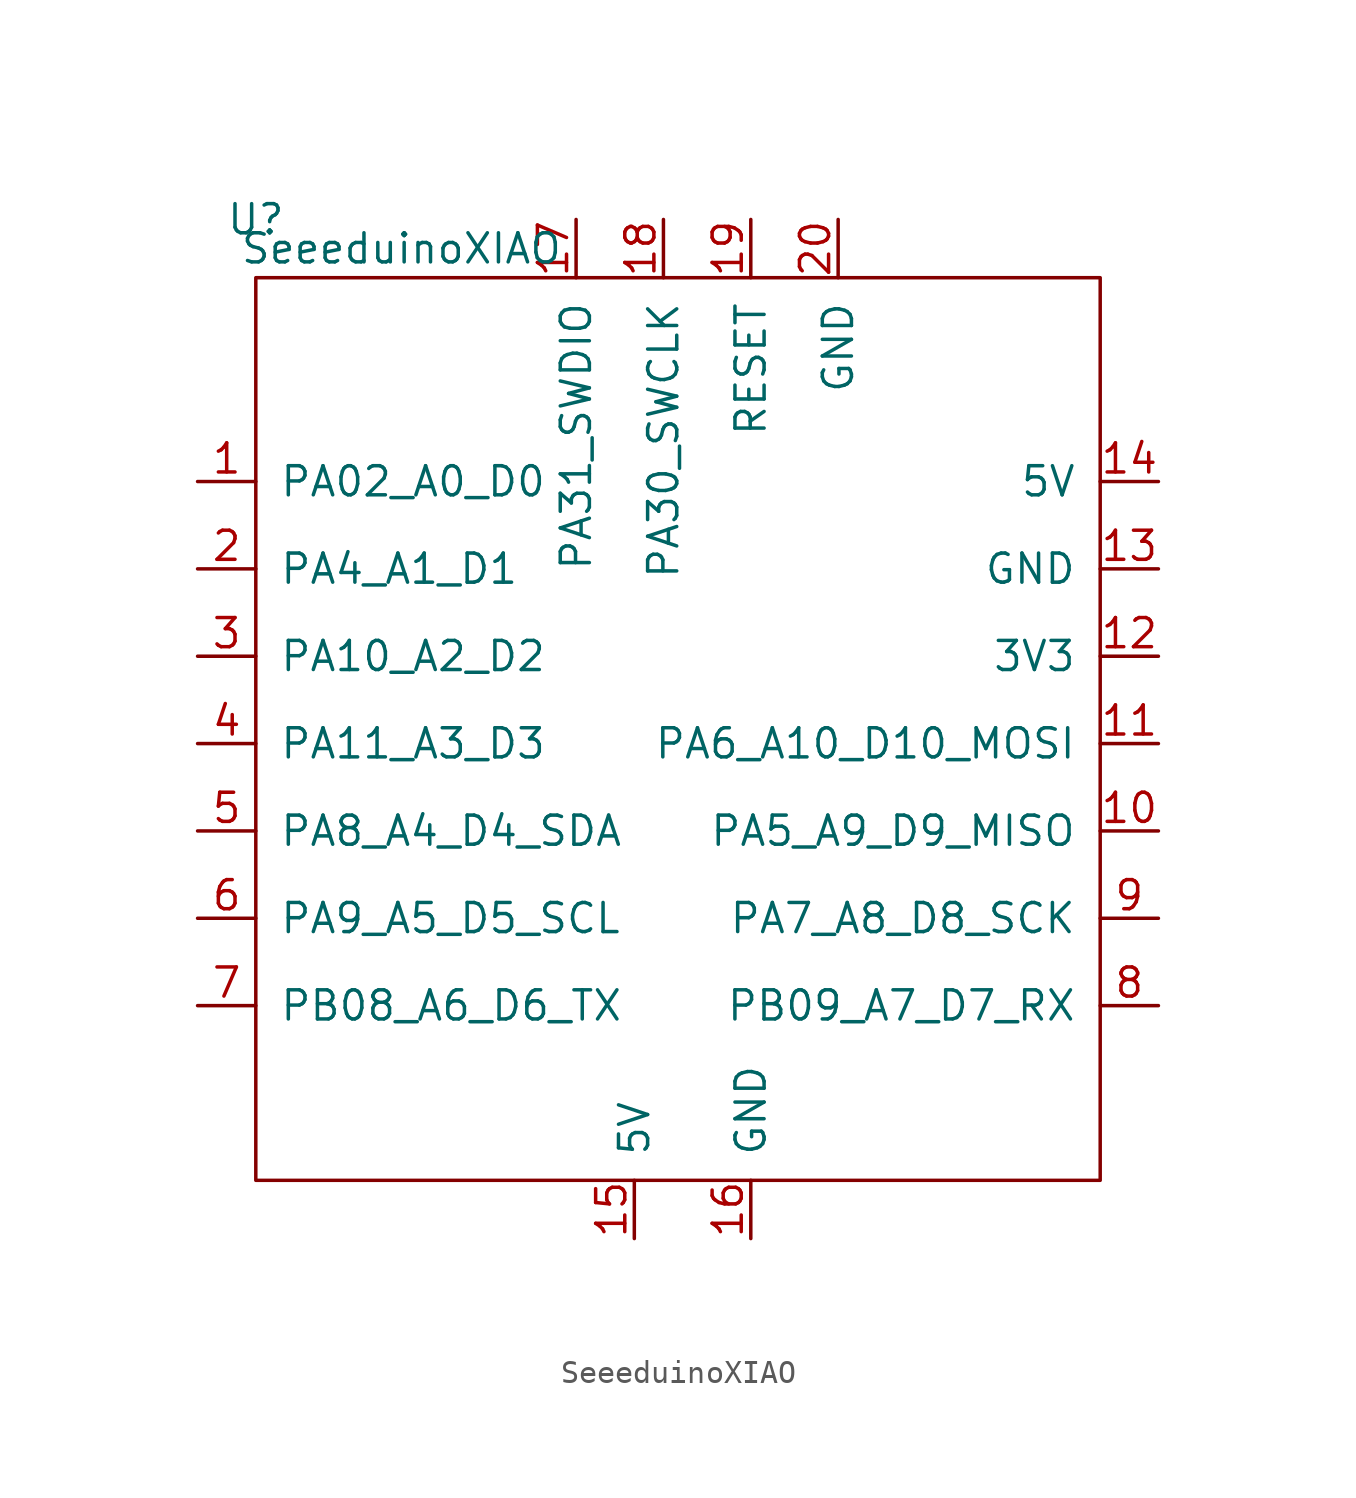
<source format=kicad_sym>
(kicad_symbol_lib
  (version 20211014)
  (generator kicad_symbol_editor)
  (symbol "SeeeduinoXIAO"
    (pin_names
      (offset 1.016))
    (property "Reference" "U"
      (at -19.05 22.86 0)
      (effects (font (size 1.27 1.27))))
    (property "Value" "SeeeduinoXIAO"
      (at -12.7 21.59 0)
      (effects (font (size 1.27 1.27))))
    (symbol "SeeeduinoXIAO_0_1"
      (rectangle (start -19.05 20.32) (end 17.78 -19.05) (stroke (width 0) (type default) (color 0 0 0 0)) (fill (type none))))
    (symbol "SeeeduinoXIAO_1_1"
      (pin bidirectional line (at -21.59 11.43 0) (length 2.54) (name "PA02_A0_D0" (effects (font (size 1.27 1.27)))) (number "1" (effects (font (size 1.27 1.27)))))
      (pin bidirectional line (at 20.32 -3.81 180) (length 2.54) (name "PA5_A9_D9_MISO" (effects (font (size 1.27 1.27)))) (number "10" (effects (font (size 1.27 1.27)))))
      (pin bidirectional line (at 20.32 0 180) (length 2.54) (name "PA6_A10_D10_MOSI" (effects (font (size 1.27 1.27)))) (number "11" (effects (font (size 1.27 1.27)))))
      (pin power_out line (at 20.32 3.81 180) (length 2.54) (name "3V3" (effects (font (size 1.27 1.27)))) (number "12" (effects (font (size 1.27 1.27)))))
      (pin power_out line (at 20.32 7.62 180) (length 2.54) (name "GND" (effects (font (size 1.27 1.27)))) (number "13" (effects (font (size 1.27 1.27)))))
      (pin power_out line (at 20.32 11.43 180) (length 2.54) (name "5V" (effects (font (size 1.27 1.27)))) (number "14" (effects (font (size 1.27 1.27)))))
      (pin passive line (at -2.54 -21.59 90) (length 2.54) (name "5V" (effects (font (size 1.27 1.27)))) (number "15" (effects (font (size 1.27 1.27)))))
      (pin passive line (at 2.54 -21.59 90) (length 2.54) (name "GND" (effects (font (size 1.27 1.27)))) (number "16" (effects (font (size 1.27 1.27)))))
      (pin input line (at -5.08 22.86 270) (length 2.54) (name "PA31_SWDIO" (effects (font (size 1.27 1.27)))) (number "17" (effects (font (size 1.27 1.27)))))
      (pin input line (at -1.27 22.86 270) (length 2.54) (name "PA30_SWCLK" (effects (font (size 1.27 1.27)))) (number "18" (effects (font (size 1.27 1.27)))))
      (pin input line (at 2.54 22.86 270) (length 2.54) (name "RESET" (effects (font (size 1.27 1.27)))) (number "19" (effects (font (size 1.27 1.27)))))
      (pin bidirectional line (at -21.59 7.62 0) (length 2.54) (name "PA4_A1_D1" (effects (font (size 1.27 1.27)))) (number "2" (effects (font (size 1.27 1.27)))))
      (pin passive line (at 6.35 22.86 270) (length 2.54) (name "GND" (effects (font (size 1.27 1.27)))) (number "20" (effects (font (size 1.27 1.27)))))
      (pin bidirectional line (at -21.59 3.81 0) (length 2.54) (name "PA10_A2_D2" (effects (font (size 1.27 1.27)))) (number "3" (effects (font (size 1.27 1.27)))))
      (pin bidirectional line (at -21.59 0 0) (length 2.54) (name "PA11_A3_D3" (effects (font (size 1.27 1.27)))) (number "4" (effects (font (size 1.27 1.27)))))
      (pin bidirectional line (at -21.59 -3.81 0) (length 2.54) (name "PA8_A4_D4_SDA" (effects (font (size 1.27 1.27)))) (number "5" (effects (font (size 1.27 1.27)))))
      (pin bidirectional line (at -21.59 -7.62 0) (length 2.54) (name "PA9_A5_D5_SCL" (effects (font (size 1.27 1.27)))) (number "6" (effects (font (size 1.27 1.27)))))
      (pin bidirectional line (at -21.59 -11.43 0) (length 2.54) (name "PB08_A6_D6_TX" (effects (font (size 1.27 1.27)))) (number "7" (effects (font (size 1.27 1.27)))))
      (pin bidirectional line (at 20.32 -11.43 180) (length 2.54) (name "PB09_A7_D7_RX" (effects (font (size 1.27 1.27)))) (number "8" (effects (font (size 1.27 1.27)))))
      (pin bidirectional line (at 20.32 -7.62 180) (length 2.54) (name "PA7_A8_D8_SCK" (effects (font (size 1.27 1.27)))) (number "9" (effects (font (size 1.27 1.27))))))))
</source>
